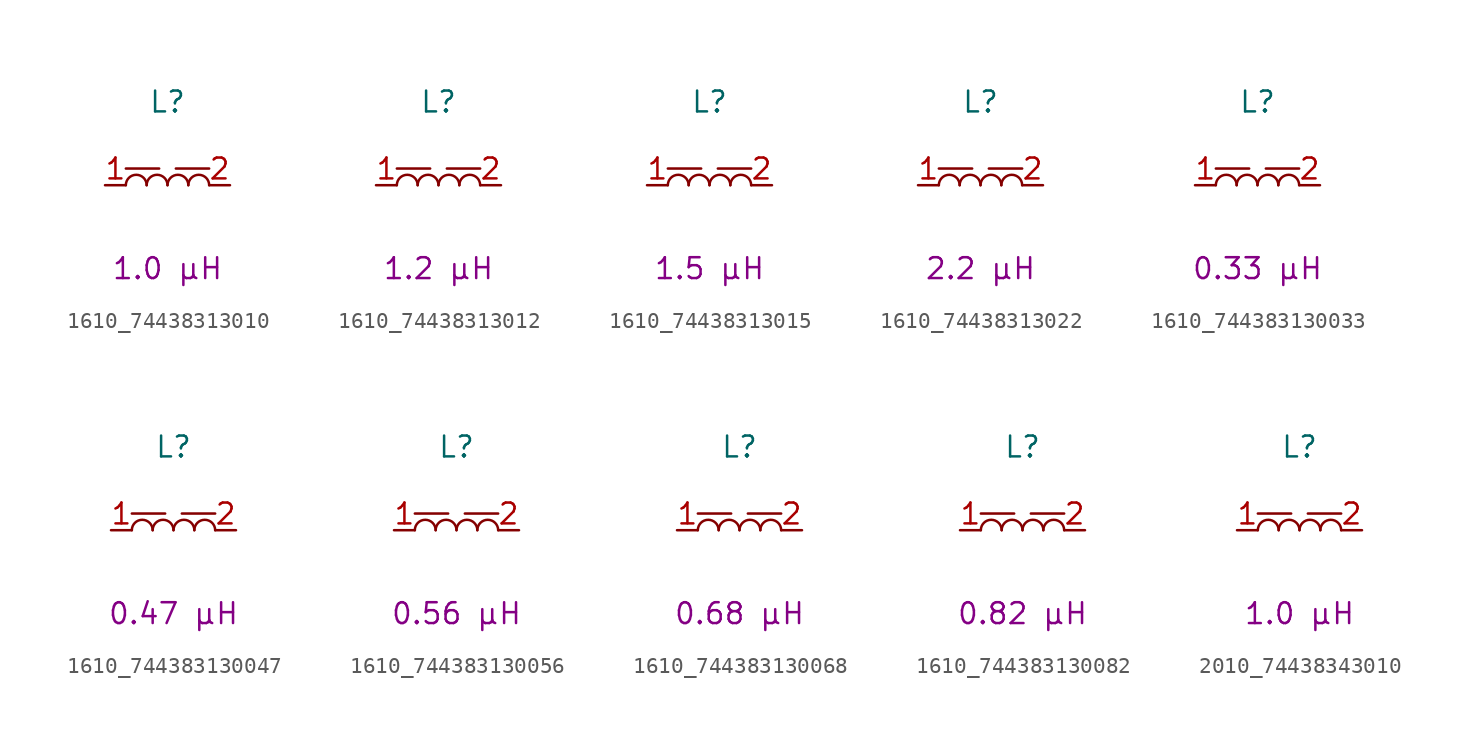
<source format=kicad_sym>
(kicad_symbol_lib
  (version 20241209)
  (generator "kicad_symbol_editor")
  (generator_version "9.0")
  (symbol "1610_74438313010"
    (pin_names
      (hide yes))
    (property "Reference" "L"
      (at 0 5.08 0)
      (effects (font (size 1.27 1.27))))
    (property "Critical Parameter" "1.0 µH"
      (at 0 -5.08 0)
      (effects (font (size 1.27 1.27))))
    (symbol "1610_74438313010_0_1"
      (polyline (pts (xy -2.54 1.016) (xy -0.508 1.016)) (stroke (width 0) (type default)) (fill (type none)))
      (arc (start -2.54 0) (mid -1.905 0.6323) (end -1.27 0) (stroke (width 0) (type default)) (fill (type none)))
      (arc (start -1.27 0) (mid -0.635 0.6323) (end 0 0) (stroke (width 0) (type default)) (fill (type none)))
      (arc (start 0 0) (mid 0.635 0.6323) (end 1.27 0) (stroke (width 0) (type default)) (fill (type none)))
      (arc (start 1.27 0) (mid 1.905 0.6323) (end 2.54 0) (stroke (width 0) (type default)) (fill (type none))))
    (symbol "1610_74438313010_1_1"
      (polyline (pts (xy 2.54 1.016) (xy 0.508 1.016)) (stroke (width 0) (type default)) (fill (type none)))
      (pin passive line (at -3.81 0 0) (length 1.27) (name "1" (effects (font (size 1.27 1.27)))) (number "1" (effects (font (size 1.27 1.27)))))
      (pin passive line (at 3.81 0 180) (length 1.27) (name "2" (effects (font (size 1.27 1.27)))) (number "2" (effects (font (size 1.27 1.27)))))))
  (symbol "1610_74438313012"
    (pin_names
      (hide yes))
    (property "Reference" "L"
      (at 0 5.08 0)
      (effects (font (size 1.27 1.27))))
    (property "Critical Parameter" "1.2 µH"
      (at 0 -5.08 0)
      (effects (font (size 1.27 1.27))))
    (symbol "1610_74438313012_0_1"
      (polyline (pts (xy -2.54 1.016) (xy -0.508 1.016)) (stroke (width 0) (type default)) (fill (type none)))
      (arc (start -2.54 0) (mid -1.905 0.6323) (end -1.27 0) (stroke (width 0) (type default)) (fill (type none)))
      (arc (start -1.27 0) (mid -0.635 0.6323) (end 0 0) (stroke (width 0) (type default)) (fill (type none)))
      (arc (start 0 0) (mid 0.635 0.6323) (end 1.27 0) (stroke (width 0) (type default)) (fill (type none)))
      (arc (start 1.27 0) (mid 1.905 0.6323) (end 2.54 0) (stroke (width 0) (type default)) (fill (type none))))
    (symbol "1610_74438313012_1_1"
      (polyline (pts (xy 2.54 1.016) (xy 0.508 1.016)) (stroke (width 0) (type default)) (fill (type none)))
      (pin passive line (at -3.81 0 0) (length 1.27) (name "1" (effects (font (size 1.27 1.27)))) (number "1" (effects (font (size 1.27 1.27)))))
      (pin passive line (at 3.81 0 180) (length 1.27) (name "2" (effects (font (size 1.27 1.27)))) (number "2" (effects (font (size 1.27 1.27)))))))
  (symbol "1610_74438313015"
    (pin_names
      (hide yes))
    (property "Reference" "L"
      (at 0 5.08 0)
      (effects (font (size 1.27 1.27))))
    (property "Critical Parameter" "1.5 µH"
      (at 0 -5.08 0)
      (effects (font (size 1.27 1.27))))
    (symbol "1610_74438313015_0_1"
      (polyline (pts (xy -2.54 1.016) (xy -0.508 1.016)) (stroke (width 0) (type default)) (fill (type none)))
      (arc (start -2.54 0) (mid -1.905 0.6323) (end -1.27 0) (stroke (width 0) (type default)) (fill (type none)))
      (arc (start -1.27 0) (mid -0.635 0.6323) (end 0 0) (stroke (width 0) (type default)) (fill (type none)))
      (arc (start 0 0) (mid 0.635 0.6323) (end 1.27 0) (stroke (width 0) (type default)) (fill (type none)))
      (arc (start 1.27 0) (mid 1.905 0.6323) (end 2.54 0) (stroke (width 0) (type default)) (fill (type none))))
    (symbol "1610_74438313015_1_1"
      (polyline (pts (xy 2.54 1.016) (xy 0.508 1.016)) (stroke (width 0) (type default)) (fill (type none)))
      (pin passive line (at -3.81 0 0) (length 1.27) (name "1" (effects (font (size 1.27 1.27)))) (number "1" (effects (font (size 1.27 1.27)))))
      (pin passive line (at 3.81 0 180) (length 1.27) (name "2" (effects (font (size 1.27 1.27)))) (number "2" (effects (font (size 1.27 1.27)))))))
  (symbol "1610_74438313022"
    (pin_names
      (hide yes))
    (property "Reference" "L"
      (at 0 5.08 0)
      (effects (font (size 1.27 1.27))))
    (property "Critical Parameter" "2.2 µH"
      (at 0 -5.08 0)
      (effects (font (size 1.27 1.27))))
    (symbol "1610_74438313022_0_1"
      (polyline (pts (xy -2.54 1.016) (xy -0.508 1.016)) (stroke (width 0) (type default)) (fill (type none)))
      (arc (start -2.54 0) (mid -1.905 0.6323) (end -1.27 0) (stroke (width 0) (type default)) (fill (type none)))
      (arc (start -1.27 0) (mid -0.635 0.6323) (end 0 0) (stroke (width 0) (type default)) (fill (type none)))
      (arc (start 0 0) (mid 0.635 0.6323) (end 1.27 0) (stroke (width 0) (type default)) (fill (type none)))
      (arc (start 1.27 0) (mid 1.905 0.6323) (end 2.54 0) (stroke (width 0) (type default)) (fill (type none))))
    (symbol "1610_74438313022_1_1"
      (polyline (pts (xy 2.54 1.016) (xy 0.508 1.016)) (stroke (width 0) (type default)) (fill (type none)))
      (pin passive line (at -3.81 0 0) (length 1.27) (name "1" (effects (font (size 1.27 1.27)))) (number "1" (effects (font (size 1.27 1.27)))))
      (pin passive line (at 3.81 0 180) (length 1.27) (name "2" (effects (font (size 1.27 1.27)))) (number "2" (effects (font (size 1.27 1.27)))))))
  (symbol "1610_744383130033"
    (pin_names
      (hide yes))
    (property "Reference" "L"
      (at 0 5.08 0)
      (effects (font (size 1.27 1.27))))
    (property "Critical Parameter" "0.33 µH"
      (at 0 -5.08 0)
      (effects (font (size 1.27 1.27))))
    (symbol "1610_744383130033_0_1"
      (polyline (pts (xy -2.54 1.016) (xy -0.508 1.016)) (stroke (width 0) (type default)) (fill (type none)))
      (arc (start -2.54 0) (mid -1.905 0.6323) (end -1.27 0) (stroke (width 0) (type default)) (fill (type none)))
      (arc (start -1.27 0) (mid -0.635 0.6323) (end 0 0) (stroke (width 0) (type default)) (fill (type none)))
      (arc (start 0 0) (mid 0.635 0.6323) (end 1.27 0) (stroke (width 0) (type default)) (fill (type none)))
      (arc (start 1.27 0) (mid 1.905 0.6323) (end 2.54 0) (stroke (width 0) (type default)) (fill (type none))))
    (symbol "1610_744383130033_1_1"
      (polyline (pts (xy 2.54 1.016) (xy 0.508 1.016)) (stroke (width 0) (type default)) (fill (type none)))
      (pin passive line (at -3.81 0 0) (length 1.27) (name "1" (effects (font (size 1.27 1.27)))) (number "1" (effects (font (size 1.27 1.27)))))
      (pin passive line (at 3.81 0 180) (length 1.27) (name "2" (effects (font (size 1.27 1.27)))) (number "2" (effects (font (size 1.27 1.27)))))))
  (symbol "1610_744383130047"
    (pin_names
      (hide yes))
    (property "Reference" "L"
      (at 0 5.08 0)
      (effects (font (size 1.27 1.27))))
    (property "Critical Parameter" "0.47 µH"
      (at 0 -5.08 0)
      (effects (font (size 1.27 1.27))))
    (symbol "1610_744383130047_0_1"
      (polyline (pts (xy -2.54 1.016) (xy -0.508 1.016)) (stroke (width 0) (type default)) (fill (type none)))
      (arc (start -2.54 0) (mid -1.905 0.6323) (end -1.27 0) (stroke (width 0) (type default)) (fill (type none)))
      (arc (start -1.27 0) (mid -0.635 0.6323) (end 0 0) (stroke (width 0) (type default)) (fill (type none)))
      (arc (start 0 0) (mid 0.635 0.6323) (end 1.27 0) (stroke (width 0) (type default)) (fill (type none)))
      (arc (start 1.27 0) (mid 1.905 0.6323) (end 2.54 0) (stroke (width 0) (type default)) (fill (type none))))
    (symbol "1610_744383130047_1_1"
      (polyline (pts (xy 2.54 1.016) (xy 0.508 1.016)) (stroke (width 0) (type default)) (fill (type none)))
      (pin passive line (at -3.81 0 0) (length 1.27) (name "1" (effects (font (size 1.27 1.27)))) (number "1" (effects (font (size 1.27 1.27)))))
      (pin passive line (at 3.81 0 180) (length 1.27) (name "2" (effects (font (size 1.27 1.27)))) (number "2" (effects (font (size 1.27 1.27)))))))
  (symbol "1610_744383130056"
    (pin_names
      (hide yes))
    (property "Reference" "L"
      (at 0 5.08 0)
      (effects (font (size 1.27 1.27))))
    (property "Critical Parameter" "0.56 µH"
      (at 0 -5.08 0)
      (effects (font (size 1.27 1.27))))
    (symbol "1610_744383130056_0_1"
      (polyline (pts (xy -2.54 1.016) (xy -0.508 1.016)) (stroke (width 0) (type default)) (fill (type none)))
      (arc (start -2.54 0) (mid -1.905 0.6323) (end -1.27 0) (stroke (width 0) (type default)) (fill (type none)))
      (arc (start -1.27 0) (mid -0.635 0.6323) (end 0 0) (stroke (width 0) (type default)) (fill (type none)))
      (arc (start 0 0) (mid 0.635 0.6323) (end 1.27 0) (stroke (width 0) (type default)) (fill (type none)))
      (arc (start 1.27 0) (mid 1.905 0.6323) (end 2.54 0) (stroke (width 0) (type default)) (fill (type none))))
    (symbol "1610_744383130056_1_1"
      (polyline (pts (xy 2.54 1.016) (xy 0.508 1.016)) (stroke (width 0) (type default)) (fill (type none)))
      (pin passive line (at -3.81 0 0) (length 1.27) (name "1" (effects (font (size 1.27 1.27)))) (number "1" (effects (font (size 1.27 1.27)))))
      (pin passive line (at 3.81 0 180) (length 1.27) (name "2" (effects (font (size 1.27 1.27)))) (number "2" (effects (font (size 1.27 1.27)))))))
  (symbol "1610_744383130068"
    (pin_names
      (hide yes))
    (property "Reference" "L"
      (at 0 5.08 0)
      (effects (font (size 1.27 1.27))))
    (property "Critical Parameter" "0.68 µH"
      (at 0 -5.08 0)
      (effects (font (size 1.27 1.27))))
    (symbol "1610_744383130068_0_1"
      (polyline (pts (xy -2.54 1.016) (xy -0.508 1.016)) (stroke (width 0) (type default)) (fill (type none)))
      (arc (start -2.54 0) (mid -1.905 0.6323) (end -1.27 0) (stroke (width 0) (type default)) (fill (type none)))
      (arc (start -1.27 0) (mid -0.635 0.6323) (end 0 0) (stroke (width 0) (type default)) (fill (type none)))
      (arc (start 0 0) (mid 0.635 0.6323) (end 1.27 0) (stroke (width 0) (type default)) (fill (type none)))
      (arc (start 1.27 0) (mid 1.905 0.6323) (end 2.54 0) (stroke (width 0) (type default)) (fill (type none))))
    (symbol "1610_744383130068_1_1"
      (polyline (pts (xy 2.54 1.016) (xy 0.508 1.016)) (stroke (width 0) (type default)) (fill (type none)))
      (pin passive line (at -3.81 0 0) (length 1.27) (name "1" (effects (font (size 1.27 1.27)))) (number "1" (effects (font (size 1.27 1.27)))))
      (pin passive line (at 3.81 0 180) (length 1.27) (name "2" (effects (font (size 1.27 1.27)))) (number "2" (effects (font (size 1.27 1.27)))))))
  (symbol "1610_744383130082"
    (pin_names
      (hide yes))
    (property "Reference" "L"
      (at 0 5.08 0)
      (effects (font (size 1.27 1.27))))
    (property "Critical Parameter" "0.82 µH"
      (at 0 -5.08 0)
      (effects (font (size 1.27 1.27))))
    (symbol "1610_744383130082_0_1"
      (polyline (pts (xy -2.54 1.016) (xy -0.508 1.016)) (stroke (width 0) (type default)) (fill (type none)))
      (arc (start -2.54 0) (mid -1.905 0.6323) (end -1.27 0) (stroke (width 0) (type default)) (fill (type none)))
      (arc (start -1.27 0) (mid -0.635 0.6323) (end 0 0) (stroke (width 0) (type default)) (fill (type none)))
      (arc (start 0 0) (mid 0.635 0.6323) (end 1.27 0) (stroke (width 0) (type default)) (fill (type none)))
      (arc (start 1.27 0) (mid 1.905 0.6323) (end 2.54 0) (stroke (width 0) (type default)) (fill (type none))))
    (symbol "1610_744383130082_1_1"
      (polyline (pts (xy 2.54 1.016) (xy 0.508 1.016)) (stroke (width 0) (type default)) (fill (type none)))
      (pin passive line (at -3.81 0 0) (length 1.27) (name "1" (effects (font (size 1.27 1.27)))) (number "1" (effects (font (size 1.27 1.27)))))
      (pin passive line (at 3.81 0 180) (length 1.27) (name "2" (effects (font (size 1.27 1.27)))) (number "2" (effects (font (size 1.27 1.27)))))))
  (symbol "2010_74438343010"
    (pin_names
      (hide yes))
    (property "Reference" "L"
      (at 0 5.08 0)
      (effects (font (size 1.27 1.27))))
    (property "Critical Parameter" "1.0 µH"
      (at 0 -5.08 0)
      (effects (font (size 1.27 1.27))))
    (symbol "2010_74438343010_0_1"
      (polyline (pts (xy -2.54 1.016) (xy -0.508 1.016)) (stroke (width 0) (type default)) (fill (type none)))
      (arc (start -2.54 0) (mid -1.905 0.6323) (end -1.27 0) (stroke (width 0) (type default)) (fill (type none)))
      (arc (start -1.27 0) (mid -0.635 0.6323) (end 0 0) (stroke (width 0) (type default)) (fill (type none)))
      (arc (start 0 0) (mid 0.635 0.6323) (end 1.27 0) (stroke (width 0) (type default)) (fill (type none)))
      (arc (start 1.27 0) (mid 1.905 0.6323) (end 2.54 0) (stroke (width 0) (type default)) (fill (type none))))
    (symbol "2010_74438343010_1_1"
      (polyline (pts (xy 2.54 1.016) (xy 0.508 1.016)) (stroke (width 0) (type default)) (fill (type none)))
      (pin passive line (at -3.81 0 0) (length 1.27) (name "1" (effects (font (size 1.27 1.27)))) (number "1" (effects (font (size 1.27 1.27)))))
      (pin passive line (at 3.81 0 180) (length 1.27) (name "2" (effects (font (size 1.27 1.27)))) (number "2" (effects (font (size 1.27 1.27))))))))
</source>
